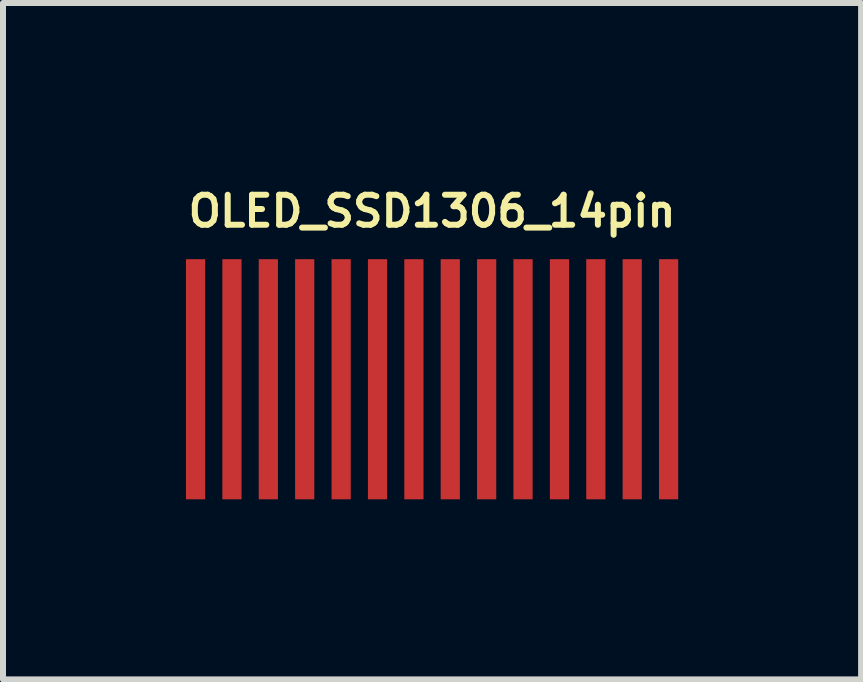
<source format=kicad_pcb>
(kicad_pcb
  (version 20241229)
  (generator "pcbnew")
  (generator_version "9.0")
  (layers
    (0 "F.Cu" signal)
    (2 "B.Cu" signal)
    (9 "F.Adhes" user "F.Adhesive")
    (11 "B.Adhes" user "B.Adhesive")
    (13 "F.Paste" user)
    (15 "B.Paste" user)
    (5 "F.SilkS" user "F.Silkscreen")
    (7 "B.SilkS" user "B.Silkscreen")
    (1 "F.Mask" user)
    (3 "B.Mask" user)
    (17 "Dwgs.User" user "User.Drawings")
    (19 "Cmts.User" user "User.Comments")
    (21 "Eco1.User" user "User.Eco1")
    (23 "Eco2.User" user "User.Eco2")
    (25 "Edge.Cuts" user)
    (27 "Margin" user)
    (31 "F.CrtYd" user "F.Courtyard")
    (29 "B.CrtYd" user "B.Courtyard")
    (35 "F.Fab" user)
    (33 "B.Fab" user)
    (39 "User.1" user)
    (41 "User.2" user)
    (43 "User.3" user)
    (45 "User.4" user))
  (footprint "OLED_SSD1306_14pin"
    (layer "F.Cu")
    (at 4.148 3.268)
    (property "Reference" "OLED_SSD1306_14pin" (at 0 -2.8 180) (layer "F.SilkS") (effects (font (size 0.5 0.5) (thickness 0.1))))
    (attr smd)
    (pad "1" smd rect (at -3.94 0) (size 0.32 4) (layers "F.Cu" "F.Mask" "F.Paste"))
    (pad "2" smd rect (at -3.334 0) (size 0.32 4) (layers "F.Cu" "F.Mask" "F.Paste"))
    (pad "3" smd rect (at -2.728 0) (size 0.32 4) (layers "F.Cu" "F.Mask" "F.Paste"))
    (pad "4" smd rect (at -2.122 0) (size 0.32 4) (layers "F.Cu" "F.Mask" "F.Paste"))
    (pad "5" smd rect (at -1.515 0) (size 0.32 4) (layers "F.Cu" "F.Mask" "F.Paste"))
    (pad "6" smd rect (at -0.909 0) (size 0.32 4) (layers "F.Cu" "F.Mask" "F.Paste"))
    (pad "7" smd rect (at -0.303 0) (size 0.32 4) (layers "F.Cu" "F.Mask" "F.Paste"))
    (pad "8" smd rect (at 0.303 0) (size 0.32 4) (layers "F.Cu" "F.Mask" "F.Paste"))
    (pad "9" smd rect (at 0.909 0) (size 0.32 4) (layers "F.Cu" "F.Mask" "F.Paste"))
    (pad "10" smd rect (at 1.515 0) (size 0.32 4) (layers "F.Cu" "F.Mask" "F.Paste"))
    (pad "11" smd rect (at 2.122 0) (size 0.32 4) (layers "F.Cu" "F.Mask" "F.Paste"))
    (pad "12" smd rect (at 2.728 0) (size 0.32 4) (layers "F.Cu" "F.Mask" "F.Paste"))
    (pad "13" smd rect (at 3.334 0) (size 0.32 4) (layers "F.Cu" "F.Mask" "F.Paste"))
    (pad "14" smd rect (at 3.94 0) (size 0.32 4) (layers "F.Cu" "F.Mask" "F.Paste")))
  (gr_rect
    (start -3 -3)
    (end 11.295 8.268)
    (stroke (width 0.1) (type default))
    (fill no)
    (layer "Edge.Cuts")))
</source>
